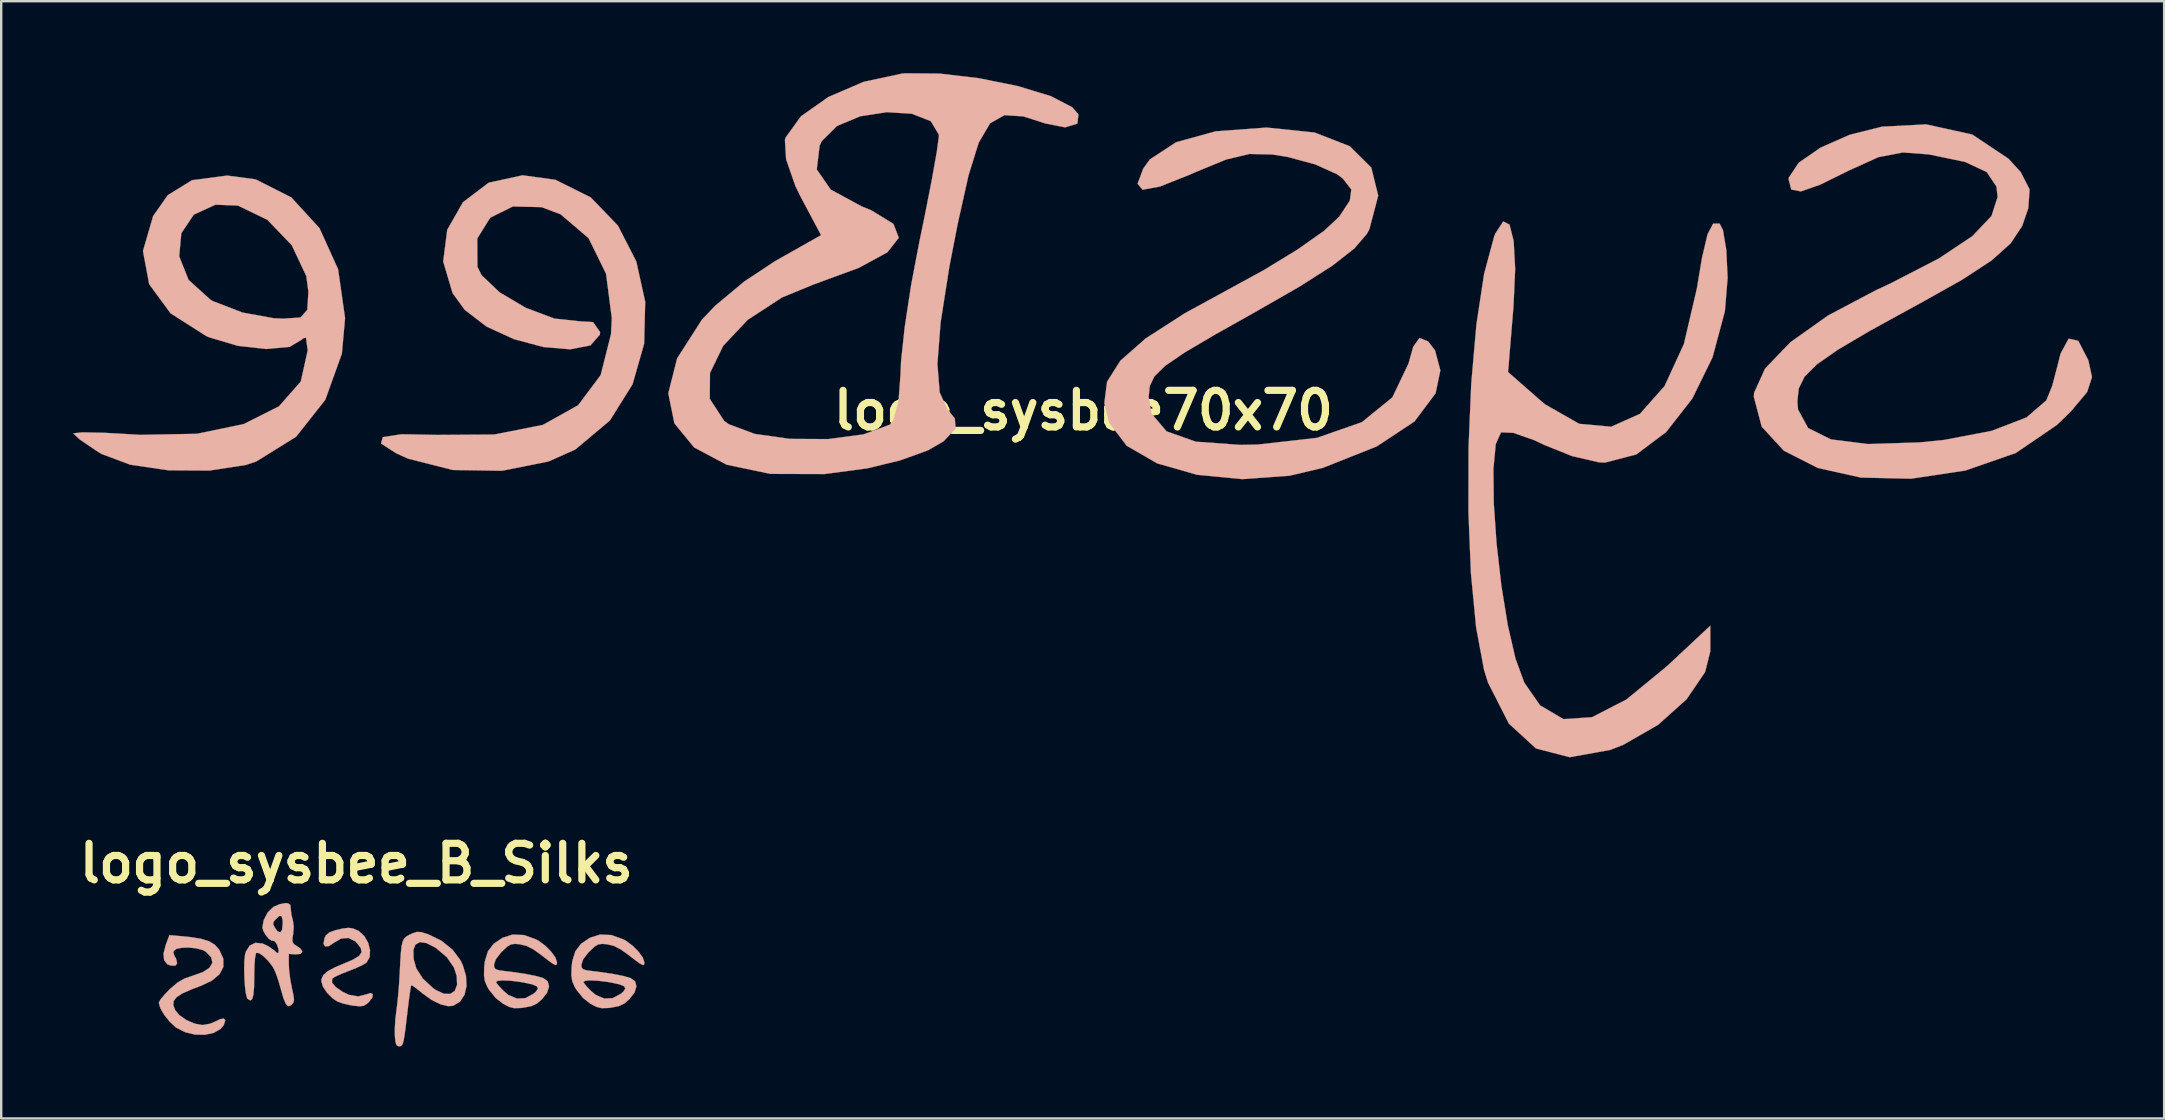
<source format=kicad_pcb>
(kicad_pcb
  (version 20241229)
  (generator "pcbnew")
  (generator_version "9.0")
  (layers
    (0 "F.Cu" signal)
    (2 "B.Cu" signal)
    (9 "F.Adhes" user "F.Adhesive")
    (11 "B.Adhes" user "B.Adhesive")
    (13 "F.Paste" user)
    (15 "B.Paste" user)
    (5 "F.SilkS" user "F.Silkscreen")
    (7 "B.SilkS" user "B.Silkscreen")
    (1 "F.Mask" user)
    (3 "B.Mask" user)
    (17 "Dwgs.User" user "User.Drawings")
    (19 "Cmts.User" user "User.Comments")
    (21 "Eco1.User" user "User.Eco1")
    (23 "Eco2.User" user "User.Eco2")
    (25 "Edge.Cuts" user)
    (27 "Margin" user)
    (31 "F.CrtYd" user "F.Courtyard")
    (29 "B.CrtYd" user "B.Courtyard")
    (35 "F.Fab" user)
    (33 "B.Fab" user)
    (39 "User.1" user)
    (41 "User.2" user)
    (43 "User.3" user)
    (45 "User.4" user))
  (footprint "logo_sysbee70x70"
    (layer "F.Cu")
    (at 39.556 12.782)
    (property "Reference" "logo_sysbee70x70" (at 2.54 1.27 0) (layer "F.SilkS") (effects (font (size 1.524 1.524) (thickness 0.3))))
    (attr through_hole)
    (fp_poly (pts (xy -22.241 -8.219) (xy -23.313 -7.405) (xy -23.969 -6.254) (xy -24.137 -4.934) (xy -23.745 -3.614) (xy -23.238 -2.919) (xy -22.33 -2.221) (xy -21.18 -1.695) (xy -19.96 -1.37) (xy -18.843 -1.275) (xy -18.001 -1.438) (xy -17.608 -1.886) (xy -17.599 -1.996) (xy -17.893 -2.41) (xy -18.47 -2.444) (xy -19.506 -2.557) (xy -20.694 -3.003) (xy -21.786 -3.65) (xy -22.538 -4.365) (xy -22.711 -4.716) (xy -22.716 -5.895) (xy -22.176 -6.763) (xy -21.234 -7.228) (xy -20.037 -7.2) (xy -19.242 -6.9) (xy -18.078 -5.907) (xy -17.35 -4.422) (xy -17.11 -2.567) (xy -17.145 -1.904) (xy -17.575 -0.201) (xy -18.512 1.053) (xy -19.982 1.874) (xy -22.014 2.276) (xy -24.394 2.292) (xy -25.876 2.264) (xy -26.655 2.384) (xy -26.728 2.65) (xy -26.094 3.06) (xy -25.593 3.284) (xy -23.736 3.754) (xy -21.685 3.786) (xy -19.741 3.396) (xy -18.628 2.898) (xy -17.193 1.693) (xy -16.246 0.182) (xy -15.763 -1.509) (xy -15.719 -3.258) (xy -16.091 -4.939) (xy -16.855 -6.429) (xy -17.986 -7.604) (xy -19.462 -8.339) (xy -20.826 -8.527) (xy -22.241 -8.219)) (stroke (width 0.01) (type solid)) (fill yes) (layer "B.SilkS"))
    (fp_poly (pts (xy -34.603 -8.323) (xy -35.615 -7.699) (xy -36.226 -6.827) (xy -36.648 -5.372) (xy -36.39 -3.989) (xy -35.498 -2.775) (xy -34.016 -1.83) (xy -33.887 -1.774) (xy -32.702 -1.421) (xy -31.51 -1.288) (xy -30.537 -1.377) (xy -30.009 -1.692) (xy -29.995 -1.724) (xy -29.856 -1.762) (xy -29.783 -1.228) (xy -30.073 0.069) (xy -30.983 1.102) (xy -32.447 1.838) (xy -34.396 2.245) (xy -36.765 2.29) (xy -37.016 2.274) (xy -38.265 2.203) (xy -39.17 2.185) (xy -39.549 2.225) (xy -39.551 2.231) (xy -39.274 2.489) (xy -38.586 2.955) (xy -38.372 3.088) (xy -37.176 3.534) (xy -35.579 3.768) (xy -33.876 3.777) (xy -32.366 3.545) (xy -31.932 3.402) (xy -30.267 2.368) (xy -29.052 0.831) (xy -28.36 -1.091) (xy -28.226 -2.573) (xy -28.382 -3.67) (xy -29.754 -3.67) (xy -29.801 -2.921) (xy -30.079 -2.602) (xy -30.798 -2.553) (xy -31.198 -2.571) (xy -32.499 -2.807) (xy -33.734 -3.283) (xy -33.828 -3.336) (xy -34.748 -4.167) (xy -35.139 -5.15) (xy -35.05 -6.113) (xy -34.53 -6.888) (xy -33.63 -7.302) (xy -32.691 -7.265) (xy -31.463 -6.671) (xy -30.446 -5.61) (xy -29.841 -4.326) (xy -29.754 -3.67) (xy -28.382 -3.67) (xy -28.516 -4.61) (xy -29.291 -6.322) (xy -30.467 -7.606) (xy -31.958 -8.359) (xy -33.139 -8.516) (xy -34.603 -8.323)) (stroke (width 0.01) (type solid)) (fill yes) (layer "B.SilkS"))
    (fp_poly (pts (xy 19.709 -6.101) (xy 19.659 -5.975) (xy 19.24 -4.417) (xy 18.921 -2.321) (xy 18.705 0.144) (xy 18.592 2.809) (xy 18.587 5.503) (xy 18.691 8.058) (xy 18.906 10.304) (xy 19.235 12.072) (xy 19.401 12.61) (xy 20.272 14.322) (xy 21.403 15.358) (xy 22.806 15.723) (xy 24.49 15.42) (xy 25.037 15.207) (xy 26.491 14.373) (xy 27.679 13.307) (xy 28.45 12.173) (xy 28.666 11.309) (xy 28.666 10.242) (xy 26.861 11.93) (xy 25.164 13.322) (xy 23.735 14.056) (xy 22.547 14.135) (xy 21.571 13.561) (xy 20.912 12.61) (xy 20.55 11.622) (xy 20.227 10.221) (xy 19.959 8.569) (xy 19.76 6.826) (xy 19.644 5.155) (xy 19.628 3.716) (xy 19.726 2.67) (xy 19.945 2.185) (xy 20.454 2.205) (xy 21.327 2.51) (xy 21.745 2.708) (xy 22.905 3.175) (xy 24.014 3.431) (xy 24.269 3.447) (xy 25.581 3.107) (xy 26.826 2.173) (xy 27.915 0.779) (xy 28.76 -0.943) (xy 29.274 -2.861) (xy 29.388 -4.242) (xy 29.335 -5.401) (xy 29.195 -6.239) (xy 29.055 -6.515) (xy 28.784 -6.512) (xy 28.55 -6.065) (xy 28.318 -5.075) (xy 28.107 -3.81) (xy 27.567 -1.497) (xy 26.761 0.255) (xy 25.734 1.415) (xy 24.533 1.95) (xy 23.201 1.829) (xy 21.783 1.02) (xy 21.562 0.834) (xy 20.239 -0.328) (xy 20.465 -3.067) (xy 20.535 -4.625) (xy 20.472 -5.787) (xy 20.299 -6.473) (xy 20.037 -6.604) (xy 19.709 -6.101)) (stroke (width 0.01) (type solid)) (fill yes) (layer "B.SilkS"))
    (fp_poly (pts (xy 8.057 -10.36) (xy 6.409 -9.907) (xy 5.312 -9.189) (xy 5.037 -8.809) (xy 4.799 -8.175) (xy 5.008 -7.925) (xy 5.721 -8.056) (xy 6.995 -8.562) (xy 7.2 -8.654) (xy 8.494 -9.186) (xy 9.461 -9.416) (xy 10.411 -9.395) (xy 11.056 -9.291) (xy 12.208 -8.98) (xy 13.117 -8.569) (xy 13.356 -8.389) (xy 13.707 -7.935) (xy 13.645 -7.474) (xy 13.207 -6.808) (xy 12.584 -6.223) (xy 11.479 -5.443) (xy 10.068 -4.581) (xy 8.989 -3.991) (xy 6.752 -2.769) (xy 5.137 -1.728) (xy 4.083 -0.802) (xy 3.529 0.073) (xy 3.414 0.963) (xy 3.617 1.783) (xy 4.345 2.744) (xy 5.616 3.478) (xy 7.275 3.953) (xy 9.166 4.135) (xy 11.133 3.992) (xy 12.519 3.665) (xy 14.767 2.771) (xy 16.339 1.731) (xy 17.219 0.556) (xy 17.417 -0.399) (xy 17.197 -1.227) (xy 16.912 -1.601) (xy 16.549 -1.75) (xy 16.286 -1.381) (xy 16.09 -0.682) (xy 15.416 0.73) (xy 14.148 1.76) (xy 12.275 2.414) (xy 9.788 2.695) (xy 9.071 2.707) (xy 7.226 2.573) (xy 6.009 2.145) (xy 5.379 1.402) (xy 5.261 0.716) (xy 5.305 0.259) (xy 5.501 -0.149) (xy 5.95 -0.587) (xy 6.75 -1.136) (xy 8.001 -1.875) (xy 9.601 -2.773) (xy 11.546 -3.888) (xy 12.924 -4.766) (xy 13.828 -5.474) (xy 14.35 -6.079) (xy 14.458 -6.275) (xy 14.827 -7.677) (xy 14.54 -8.846) (xy 13.642 -9.738) (xy 12.176 -10.309) (xy 10.187 -10.515) (xy 10.16 -10.515) (xy 8.057 -10.36)) (stroke (width 0.01) (type solid)) (fill yes) (layer "B.SilkS"))
    (fp_poly (pts (xy 35.818 -10.553) (xy 34.479 -10.217) (xy 33.26 -9.68) (xy 32.35 -9.05) (xy 31.939 -8.432) (xy 31.931 -8.351) (xy 32.041 -7.933) (xy 32.442 -7.856) (xy 33.246 -8.136) (xy 34.429 -8.721) (xy 35.67 -9.283) (xy 36.696 -9.479) (xy 37.778 -9.397) (xy 39.287 -9.083) (xy 40.185 -8.662) (xy 40.588 -8.063) (xy 40.64 -7.626) (xy 40.385 -6.831) (xy 39.585 -5.99) (xy 38.192 -5.062) (xy 36.155 -4.011) (xy 35.56 -3.734) (xy 33.571 -2.683) (xy 32.004 -1.57) (xy 30.949 -0.472) (xy 30.492 0.535) (xy 30.48 0.705) (xy 30.81 1.951) (xy 31.733 2.951) (xy 33.145 3.669) (xy 34.944 4.07) (xy 37.028 4.117) (xy 39.291 3.777) (xy 41.397 3.046) (xy 43.113 1.875) (xy 43.703 1.301) (xy 44.37 0.505) (xy 44.573 -0.116) (xy 44.42 -0.818) (xy 44.001 -1.629) (xy 43.6 -1.719) (xy 43.261 -1.093) (xy 43.162 -0.694) (xy 42.919 0.236) (xy 42.671 0.851) (xy 41.847 1.562) (xy 40.396 2.122) (xy 38.405 2.502) (xy 37.39 2.604) (xy 35.224 2.672) (xy 33.692 2.478) (xy 32.742 2.005) (xy 32.324 1.237) (xy 32.294 0.888) (xy 32.353 0.354) (xy 32.592 -0.132) (xy 33.103 -0.644) (xy 33.977 -1.256) (xy 35.307 -2.041) (xy 37.184 -3.072) (xy 37.388 -3.182) (xy 39.163 -4.177) (xy 40.39 -4.98) (xy 41.184 -5.692) (xy 41.663 -6.415) (xy 41.919 -7.157) (xy 41.972 -7.939) (xy 41.603 -8.659) (xy 41.094 -9.217) (xy 39.581 -10.226) (xy 37.661 -10.649) (xy 35.818 -10.553)) (stroke (width 0.01) (type solid)) (fill yes) (layer "B.SilkS"))
    (fp_poly (pts (xy -5.021 -12.764) (xy -6.619 -12.421) (xy -8.085 -11.791) (xy -9.23 -10.984) (xy -9.864 -10.106) (xy -9.897 -10) (xy -9.847 -9.194) (xy -9.458 -8.075) (xy -9.243 -7.636) (xy -8.39 -6.032) (xy -10.319 -4.943) (xy -11.603 -4.092) (xy -12.801 -3.092) (xy -13.354 -2.512) (xy -14.389 -0.897) (xy -14.756 0.558) (xy -14.503 1.81) (xy -13.678 2.816) (xy -12.329 3.532) (xy -10.504 3.916) (xy -8.252 3.923) (xy -6.463 3.684) (xy -5.099 3.354) (xy -3.938 2.936) (xy -3.285 2.558) (xy -2.784 2.022) (xy -2.816 1.607) (xy -3.129 1.22) (xy -3.448 0.519) (xy -3.542 -0.669) (xy -3.408 -2.399) (xy -3.043 -4.725) (xy -2.691 -6.531) (xy -2.245 -8.527) (xy -1.821 -9.887) (xy -1.673 -10.139) (xy -3.481 -10.139) (xy -3.569 -9.499) (xy -3.776 -8.337) (xy -4.07 -6.839) (xy -4.298 -5.736) (xy -4.637 -3.954) (xy -4.902 -2.218) (xy -5.056 -0.787) (xy -5.08 -0.224) (xy -5.164 0.919) (xy -5.382 1.692) (xy -5.521 1.863) (xy -6.623 2.27) (xy -8.097 2.466) (xy -9.692 2.457) (xy -11.156 2.249) (xy -12.238 1.847) (xy -12.428 1.709) (xy -13.028 0.79) (xy -13.019 -0.288) (xy -12.47 -1.42) (xy -11.448 -2.504) (xy -10.022 -3.434) (xy -8.709 -3.975) (xy -6.81 -4.673) (xy -5.626 -5.318) (xy -5.151 -5.924) (xy -5.375 -6.503) (xy -6.292 -7.066) (xy -6.696 -7.231) (xy -7.986 -7.929) (xy -8.569 -8.771) (xy -8.45 -9.766) (xy -8.357 -9.957) (xy -7.729 -10.582) (xy -6.762 -10.985) (xy -5.655 -11.157) (xy -4.607 -11.092) (xy -3.816 -10.782) (xy -3.482 -10.219) (xy -3.481 -10.139) (xy -1.673 -10.139) (xy -1.347 -10.694) (xy -0.751 -11.031) (xy 0.041 -10.982) (xy 0.943 -10.691) (xy 1.777 -10.525) (xy 2.293 -10.681) (xy 2.335 -11.067) (xy 2.075 -11.364) (xy 1.189 -11.825) (xy -0.186 -12.243) (xy -1.814 -12.573) (xy -3.459 -12.766) (xy -4.885 -12.777) (xy -5.021 -12.764)) (stroke (width 0.01) (type solid)) (fill yes) (layer "B.SilkS")))
  (footprint "logo_sysbee_B_Silks"
    (layer "F.Cu")
    (at 13.8 36.927)
    (property "Reference" "logo_sysbee_B_Silks" (at -2 -4 0) (layer "F.SilkS") (effects (font (size 1.524 1.524) (thickness 0.3))))
    (attr through_hole)
    (fp_poly (pts (xy -1.69 1.936) (xy -1.551 1.848) (xy -1.464 1.765) (xy -1.329 1.58) (xy -1.317 1.449) (xy -1.415 1.404) (xy -1.583 1.46) (xy -1.919 1.546) (xy -2.302 1.481) (xy -2.563 1.36) (xy -2.861 1.156) (xy -3.012 0.972) (xy -3.008 0.818) (xy -2.982 0.786) (xy -2.859 0.712) (xy -2.625 0.606) (xy -2.329 0.489) (xy -2.306 0.481) (xy -1.997 0.358) (xy -1.736 0.235) (xy -1.58 0.139) (xy -1.577 0.136) (xy -1.448 -0.084) (xy -1.429 -0.373) (xy -1.506 -0.684) (xy -1.667 -0.968) (xy -1.898 -1.178) (xy -1.934 -1.198) (xy -2.136 -1.285) (xy -2.331 -1.313) (xy -2.578 -1.282) (xy -2.866 -1.214) (xy -3.129 -1.12) (xy -3.275 -0.992) (xy -3.327 -0.882) (xy -3.369 -0.647) (xy -3.302 -0.533) (xy -3.145 -0.552) (xy -2.951 -0.68) (xy -2.633 -0.866) (xy -2.327 -0.889) (xy -2.047 -0.748) (xy -1.971 -0.675) (xy -1.814 -0.467) (xy -1.783 -0.295) (xy -1.886 -0.142) (xy -2.136 0.011) (xy -2.465 0.153) (xy -2.906 0.339) (xy -3.204 0.504) (xy -3.379 0.662) (xy -3.454 0.831) (xy -3.46 0.91) (xy -3.394 1.135) (xy -3.224 1.392) (xy -2.991 1.625) (xy -2.794 1.757) (xy -2.578 1.836) (xy -2.282 1.906) (xy -2.131 1.931) (xy -1.861 1.958) (xy -1.69 1.936)) (stroke (width 0.01) (type solid)) (fill yes) (layer "B.SilkS"))
    (fp_poly (pts (xy -7.943 3.065) (xy -7.655 2.899) (xy -7.523 2.735) (xy -7.462 2.547) (xy -7.524 2.465) (xy -7.692 2.499) (xy -7.816 2.565) (xy -8.096 2.684) (xy -8.397 2.737) (xy -8.416 2.738) (xy -8.739 2.68) (xy -9.08 2.532) (xy -9.374 2.327) (xy -9.547 2.121) (xy -9.627 1.914) (xy -9.614 1.738) (xy -9.492 1.578) (xy -9.247 1.42) (xy -8.862 1.25) (xy -8.499 1.114) (xy -8.023 0.891) (xy -7.703 0.624) (xy -7.542 0.318) (xy -7.543 -0.022) (xy -7.708 -0.389) (xy -7.718 -0.404) (xy -7.897 -0.606) (xy -8.14 -0.753) (xy -8.478 -0.857) (xy -8.942 -0.93) (xy -9.159 -0.952) (xy -9.788 -1.009) (xy -9.94 -0.611) (xy -10.036 -0.24) (xy -10.011 0.04) (xy -9.869 0.214) (xy -9.703 0.267) (xy -9.53 0.26) (xy -9.473 0.166) (xy -9.472 0.135) (xy -9.52 -0.05) (xy -9.568 -0.118) (xy -9.625 -0.272) (xy -9.613 -0.347) (xy -9.497 -0.435) (xy -9.269 -0.482) (xy -8.977 -0.489) (xy -8.674 -0.458) (xy -8.41 -0.389) (xy -8.266 -0.312) (xy -8.049 -0.08) (xy -7.998 0.141) (xy -8.112 0.345) (xy -8.386 0.527) (xy -8.815 0.682) (xy -9.167 0.803) (xy -9.456 0.971) (xy -9.758 1.229) (xy -9.789 1.259) (xy -10.007 1.485) (xy -10.165 1.68) (xy -10.232 1.804) (xy -10.232 1.811) (xy -10.17 2.033) (xy -10.011 2.308) (xy -9.791 2.586) (xy -9.547 2.816) (xy -9.505 2.847) (xy -9.133 3.038) (xy -8.723 3.137) (xy -8.313 3.145) (xy -7.943 3.065)) (stroke (width 0.01) (type solid)) (fill yes) (layer "B.SilkS"))
    (fp_poly (pts (xy -0.137 3.613) (xy -0.085 3.557) (xy -0.041 3.434) (xy 0.001 3.218) (xy 0.047 2.884) (xy 0.103 2.409) (xy 0.108 2.37) (xy 0.16 1.928) (xy 0.209 1.55) (xy 0.25 1.265) (xy 0.278 1.104) (xy 0.286 1.08) (xy 0.361 1.113) (xy 0.529 1.234) (xy 0.752 1.415) (xy 0.762 1.424) (xy 1.129 1.689) (xy 1.497 1.871) (xy 1.826 1.953) (xy 2.034 1.936) (xy 2.32 1.765) (xy 2.507 1.48) (xy 2.592 1.113) (xy 2.57 0.69) (xy 2.435 0.24) (xy 2.336 0.035) (xy 2.008 -0.402) (xy 1.552 -0.77) (xy 1.005 -1.04) (xy 0.951 -1.059) (xy 0.699 -1.134) (xy 0.518 -1.142) (xy 0.325 -1.077) (xy 0.203 -1.019) (xy 0.083 -0.952) (xy -0.005 -0.871) (xy -0.068 -0.748) (xy -0.113 -0.559) (xy -0.133 -0.381) (xy 0.375 -0.381) (xy 0.464 -0.617) (xy 0.648 -0.716) (xy 0.922 -0.676) (xy 1.279 -0.494) (xy 1.333 -0.459) (xy 1.772 -0.086) (xy 2.064 0.336) (xy 2.18 0.686) (xy 2.198 1.058) (xy 2.104 1.312) (xy 1.914 1.441) (xy 1.646 1.434) (xy 1.317 1.283) (xy 1.188 1.193) (xy 0.763 0.796) (xy 0.496 0.37) (xy 0.388 -0.011) (xy 0.375 -0.381) (xy -0.133 -0.381) (xy -0.145 -0.275) (xy -0.171 0.129) (xy -0.194 0.587) (xy -0.221 1.048) (xy -0.26 1.52) (xy -0.304 1.933) (xy -0.33 2.121) (xy -0.375 2.506) (xy -0.398 2.902) (xy -0.396 3.171) (xy -0.372 3.438) (xy -0.328 3.576) (xy -0.246 3.624) (xy -0.203 3.627) (xy -0.137 3.613)) (stroke (width 0.01) (type solid)) (fill yes) (layer "B.SilkS"))
    (fp_poly (pts (xy 4.827 2.03) (xy 4.969 2.014) (xy 5.293 1.952) (xy 5.528 1.842) (xy 5.734 1.666) (xy 5.951 1.385) (xy 6.031 1.127) (xy 5.974 0.917) (xy 5.789 0.782) (xy 5.476 0.692) (xy 5.021 0.603) (xy 4.452 0.521) (xy 4.223 0.494) (xy 3.949 0.457) (xy 3.803 0.41) (xy 3.745 0.331) (xy 3.736 0.224) (xy 3.81 0) (xy 4.022 -0.276) (xy 4.076 -0.331) (xy 4.282 -0.525) (xy 4.439 -0.62) (xy 4.611 -0.643) (xy 4.799 -0.628) (xy 5.089 -0.56) (xy 5.386 -0.408) (xy 5.666 -0.208) (xy 5.976 0.031) (xy 6.176 0.175) (xy 6.292 0.237) (xy 6.345 0.228) (xy 6.36 0.157) (xy 6.361 0.121) (xy 6.295 -0.076) (xy 6.121 -0.317) (xy 5.878 -0.562) (xy 5.604 -0.767) (xy 5.501 -0.825) (xy 4.991 -1.011) (xy 4.514 -1.031) (xy 4.095 -0.899) (xy 3.724 -0.65) (xy 3.484 -0.335) (xy 3.356 0.08) (xy 3.327 0.339) (xy 3.319 0.667) (xy 3.355 0.906) (xy 3.37 0.942) (xy 3.821 0.942) (xy 3.898 0.894) (xy 4.107 0.878) (xy 4.413 0.891) (xy 4.78 0.935) (xy 4.97 0.966) (xy 5.322 1.043) (xy 5.518 1.123) (xy 5.568 1.22) (xy 5.484 1.346) (xy 5.387 1.431) (xy 5.045 1.617) (xy 4.693 1.635) (xy 4.343 1.488) (xy 4.142 1.323) (xy 3.961 1.135) (xy 3.845 0.991) (xy 3.821 0.942) (xy 3.37 0.942) (xy 3.452 1.135) (xy 3.517 1.251) (xy 3.806 1.612) (xy 4.117 1.853) (xy 4.362 1.981) (xy 4.571 2.035) (xy 4.827 2.03)) (stroke (width 0.01) (type solid)) (fill yes) (layer "B.SilkS"))
    (fp_poly (pts (xy 8.468 2.03) (xy 8.61 2.014) (xy 8.934 1.952) (xy 9.168 1.842) (xy 9.374 1.666) (xy 9.591 1.385) (xy 9.672 1.127) (xy 9.615 0.917) (xy 9.43 0.782) (xy 9.116 0.692) (xy 8.661 0.603) (xy 8.093 0.521) (xy 7.864 0.494) (xy 7.589 0.457) (xy 7.443 0.41) (xy 7.386 0.331) (xy 7.377 0.224) (xy 7.451 0) (xy 7.663 -0.276) (xy 7.717 -0.331) (xy 7.922 -0.525) (xy 8.079 -0.62) (xy 8.252 -0.643) (xy 8.439 -0.628) (xy 8.73 -0.56) (xy 9.027 -0.408) (xy 9.306 -0.208) (xy 9.616 0.031) (xy 9.817 0.175) (xy 9.933 0.237) (xy 9.986 0.228) (xy 10.001 0.157) (xy 10.002 0.121) (xy 9.935 -0.076) (xy 9.761 -0.317) (xy 9.519 -0.562) (xy 9.244 -0.767) (xy 9.142 -0.825) (xy 8.632 -1.011) (xy 8.154 -1.031) (xy 7.736 -0.899) (xy 7.364 -0.65) (xy 7.125 -0.335) (xy 6.997 0.08) (xy 6.968 0.339) (xy 6.959 0.667) (xy 6.996 0.906) (xy 7.011 0.942) (xy 7.462 0.942) (xy 7.539 0.894) (xy 7.748 0.878) (xy 8.053 0.891) (xy 8.421 0.935) (xy 8.61 0.966) (xy 8.963 1.043) (xy 9.159 1.123) (xy 9.209 1.22) (xy 9.125 1.346) (xy 9.028 1.431) (xy 8.685 1.617) (xy 8.333 1.635) (xy 7.983 1.488) (xy 7.783 1.323) (xy 7.602 1.135) (xy 7.486 0.991) (xy 7.462 0.942) (xy 7.011 0.942) (xy 7.092 1.135) (xy 7.158 1.251) (xy 7.446 1.612) (xy 7.757 1.853) (xy 8.003 1.981) (xy 8.212 2.035) (xy 8.468 2.03)) (stroke (width 0.01) (type solid)) (fill yes) (layer "B.SilkS"))
    (fp_poly (pts (xy -4.737 1.926) (xy -4.685 1.882) (xy -4.619 1.794) (xy -4.598 1.678) (xy -4.623 1.487) (xy -4.684 1.208) (xy -4.755 0.836) (xy -4.802 0.448) (xy -4.814 0.218) (xy -4.815 -0.226) (xy -4.549 -0.205) (xy -4.326 -0.225) (xy -4.25 -0.315) (xy -4.328 -0.446) (xy -4.456 -0.537) (xy -4.607 -0.638) (xy -4.666 -0.748) (xy -4.655 -0.933) (xy -4.634 -1.046) (xy -4.608 -1.357) (xy -4.642 -1.612) (xy -4.648 -1.629) (xy -4.711 -1.884) (xy -4.73 -2.094) (xy -4.753 -2.272) (xy -4.855 -2.336) (xy -4.963 -2.342) (xy -5.197 -2.297) (xy -5.447 -2.189) (xy -5.46 -2.181) (xy -5.697 -1.952) (xy -5.862 -1.631) (xy -5.894 -1.446) (xy -5.464 -1.446) (xy -5.452 -1.556) (xy -5.363 -1.667) (xy -5.207 -1.808) (xy -5.114 -1.799) (xy -5.073 -1.634) (xy -5.069 -1.501) (xy -5.095 -1.234) (xy -5.168 -1.122) (xy -5.282 -1.168) (xy -5.373 -1.284) (xy -5.464 -1.446) (xy -5.894 -1.446) (xy -5.916 -1.325) (xy -5.871 -1.169) (xy -5.762 -0.99) (xy -5.631 -0.84) (xy -5.518 -0.772) (xy -5.49 -0.778) (xy -5.401 -0.752) (xy -5.309 -0.618) (xy -5.248 -0.435) (xy -5.238 -0.344) (xy -5.253 -0.256) (xy -5.322 -0.281) (xy -5.433 -0.379) (xy -5.658 -0.54) (xy -5.9 -0.656) (xy -6.202 -0.689) (xy -6.446 -0.571) (xy -6.606 -0.318) (xy -6.64 -0.187) (xy -6.668 0.07) (xy -6.675 0.405) (xy -6.666 0.771) (xy -6.642 1.123) (xy -6.605 1.416) (xy -6.559 1.605) (xy -6.537 1.642) (xy -6.425 1.714) (xy -6.344 1.664) (xy -6.291 1.48) (xy -6.262 1.15) (xy -6.254 0.706) (xy -6.246 0.266) (xy -6.222 -0.057) (xy -6.185 -0.24) (xy -6.163 -0.272) (xy -6.046 -0.255) (xy -5.872 -0.132) (xy -5.679 0.059) (xy -5.503 0.285) (xy -5.429 0.409) (xy -5.339 0.623) (xy -5.235 0.932) (xy -5.146 1.246) (xy -5.036 1.629) (xy -4.939 1.859) (xy -4.843 1.953) (xy -4.737 1.926)) (stroke (width 0.01) (type solid)) (fill yes) (layer "B.SilkS")))
  (gr_rect
    (start -3 -3)
    (end 87.135 43.559)
    (stroke (width 0.1) (type default))
    (fill no)
    (layer "Edge.Cuts")))
</source>
